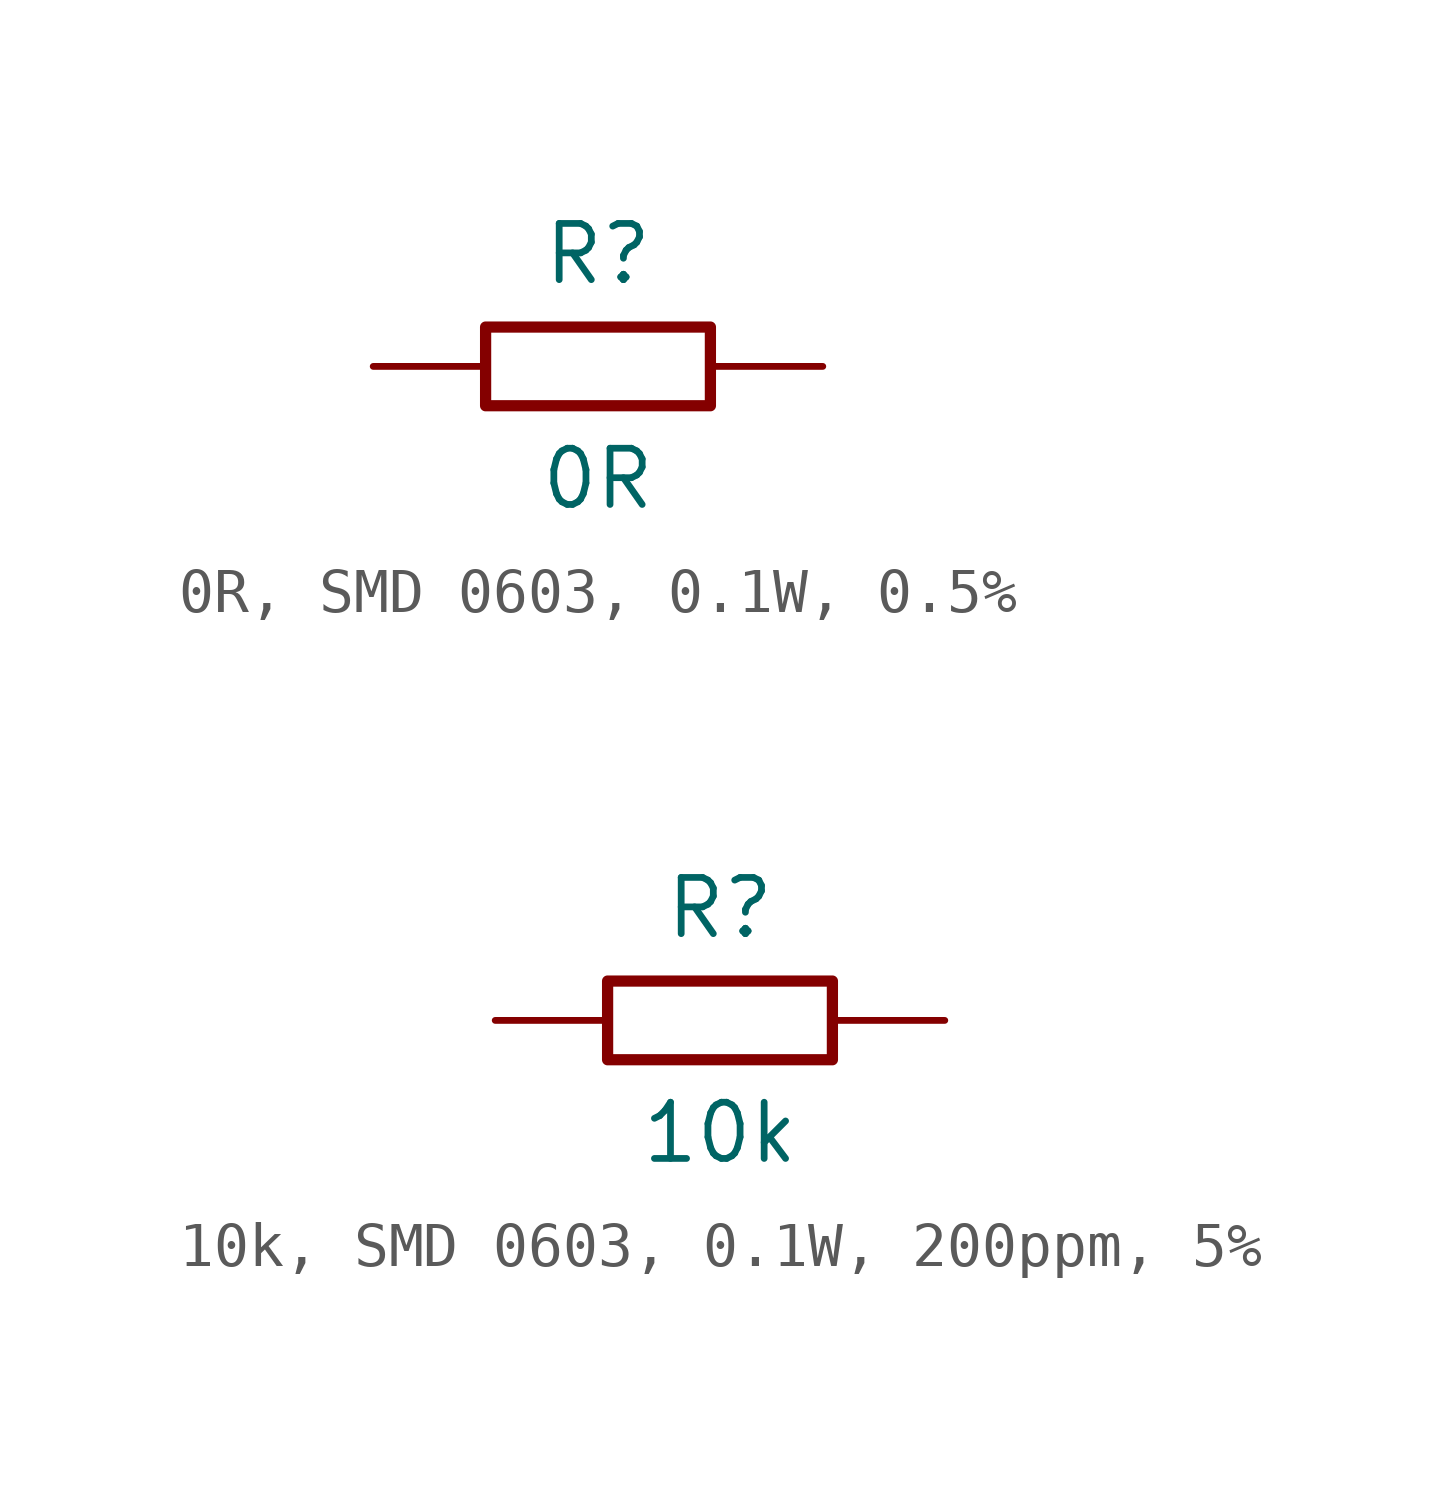
<source format=kicad_sym>
(kicad_symbol_lib
  (version 20231120)
  (generator "kicad_symbol_editor")
  (generator_version "8.0")
  (symbol "0R, SMD 0603, 0.1W, 0.5%"
    (pin_numbers hide)
    (pin_names
      (offset 0) hide)
    (property "Reference" "R"
      (at 0 2.54 0)
      (effects (font (size 1.27 1.27))))
    (property "Value" "0R"
      (at 0 -2.54 0)
      (effects (font (size 1.27 1.27))))
    (symbol "0R, SMD 0603, 0.1W, 0.5%_0_1"
      (rectangle (start -2.54 0.889) (end 2.54 -0.889) (stroke (width 0.254) (type default)) (fill (type none))))
    (symbol "0R, SMD 0603, 0.1W, 0.5%_1_1"
      (pin passive line (at -5.08 0 0) (length 2.54) (name "1" (effects (font (size 1.27 1.27)))) (number "1" (effects (font (size 1.27 1.27)))))
      (pin passive line (at 5.08 0 180) (length 2.54) (name "2" (effects (font (size 1.27 1.27)))) (number "2" (effects (font (size 1.27 1.27)))))))
  (symbol "10k, SMD 0603, 0.1W, 200ppm, 5%"
    (pin_numbers hide)
    (pin_names
      (offset 0) hide)
    (property "Reference" "R"
      (at 0 2.54 0)
      (effects (font (size 1.27 1.27))))
    (property "Value" "10k"
      (at 0 -2.54 0)
      (effects (font (size 1.27 1.27))))
    (symbol "10k, SMD 0603, 0.1W, 200ppm, 5%_0_1"
      (rectangle (start -2.54 0.889) (end 2.54 -0.889) (stroke (width 0.254) (type default)) (fill (type none))))
    (symbol "10k, SMD 0603, 0.1W, 200ppm, 5%_1_1"
      (pin passive line (at -5.08 0 0) (length 2.54) (name "1" (effects (font (size 1.27 1.27)))) (number "1" (effects (font (size 1.27 1.27)))))
      (pin passive line (at 5.08 0 180) (length 2.54) (name "2" (effects (font (size 1.27 1.27)))) (number "2" (effects (font (size 1.27 1.27))))))))
</source>
